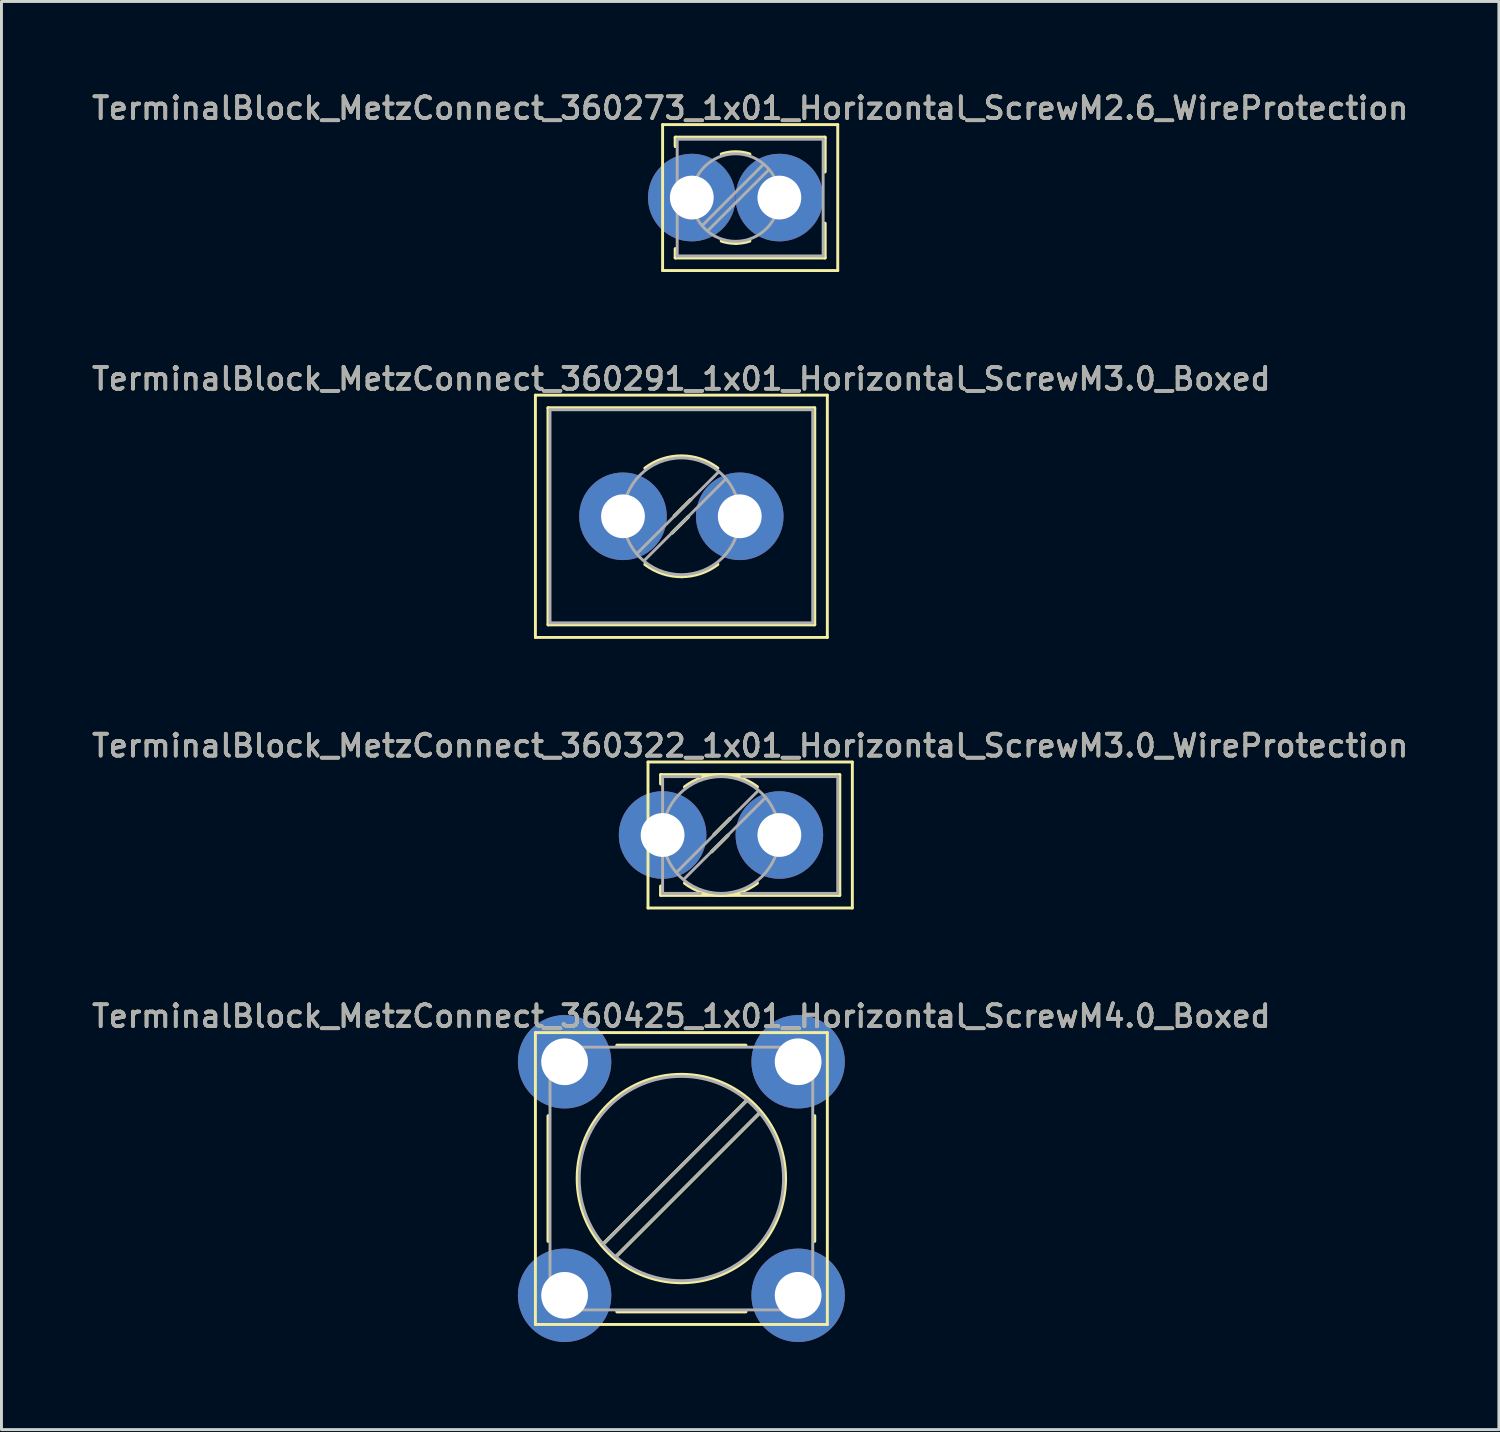
<source format=kicad_pcb>
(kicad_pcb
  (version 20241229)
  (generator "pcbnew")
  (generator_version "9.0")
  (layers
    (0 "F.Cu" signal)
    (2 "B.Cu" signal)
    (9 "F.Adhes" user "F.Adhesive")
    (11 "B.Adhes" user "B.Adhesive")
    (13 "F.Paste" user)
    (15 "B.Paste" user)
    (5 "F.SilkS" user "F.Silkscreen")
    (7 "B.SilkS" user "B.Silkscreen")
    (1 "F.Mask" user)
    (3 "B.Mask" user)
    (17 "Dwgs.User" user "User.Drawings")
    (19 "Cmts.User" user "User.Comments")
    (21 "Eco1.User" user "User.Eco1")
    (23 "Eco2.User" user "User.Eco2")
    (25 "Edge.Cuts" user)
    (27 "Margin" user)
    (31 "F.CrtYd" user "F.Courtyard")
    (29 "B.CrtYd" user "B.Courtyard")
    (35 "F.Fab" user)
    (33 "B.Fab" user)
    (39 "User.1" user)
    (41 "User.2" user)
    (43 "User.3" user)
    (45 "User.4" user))
  (footprint "TerminalBlock_MetzConnect_360291_1x01_Horizontal_ScrewM3.0_Boxed"
    (layer "F.Cu")
    (at 18.291 14.636)
    (property "Reference" "TerminalBlock_MetzConnect_360291_1x01_Horizontal_ScrewM3.0_Boxed" (at 2 -4.71 0) (layer "F.SilkS") (effects (font (size 0.75 0.75) (thickness 0.125))))
    (attr through_hole)
    (fp_line (start -3 -4.15) (end -3 4.15) (stroke (width 0.1) (type solid)) (layer "F.SilkS"))
    (fp_line (start -3 4.15) (end 7 4.15) (stroke (width 0.1) (type solid)) (layer "F.SilkS"))
    (fp_line (start -2.56 -3.71) (end -2.56 3.71) (stroke (width 0.12) (type solid)) (layer "F.SilkS"))
    (fp_line (start -2.56 -3.71) (end 6.56 -3.71) (stroke (width 0.12) (type solid)) (layer "F.SilkS"))
    (fp_line (start -2.56 3.71) (end 6.56 3.71) (stroke (width 0.12) (type solid)) (layer "F.SilkS"))
    (fp_line (start 1.68 0.571) (end 1.68 0.571) (stroke (width 0.12) (type solid)) (layer "F.SilkS"))
    (fp_line (start 2.241 0.011) (end 1.708 0.543) (stroke (width 0.12) (type solid)) (layer "F.SilkS"))
    (fp_line (start 2.291 -0.543) (end 1.759 -0.011) (stroke (width 0.12) (type solid)) (layer "F.SilkS"))
    (fp_line (start 2.32 -0.572) (end 2.32 -0.572) (stroke (width 0.12) (type solid)) (layer "F.SilkS"))
    (fp_line (start 6.56 -3.71) (end 6.56 3.71) (stroke (width 0.12) (type solid)) (layer "F.SilkS"))
    (fp_line (start 7 -4.15) (end -3 -4.15) (stroke (width 0.1) (type solid)) (layer "F.SilkS"))
    (fp_line (start 7 4.15) (end 7 -4.15) (stroke (width 0.1) (type solid)) (layer "F.SilkS"))
    (fp_arc (start 0.759554 -1.645664) (mid 1.999721 -2.060805) (end 3.24 -1.646) (stroke (width 0.12) (type solid)) (layer "F.SilkS"))
    (fp_arc (start 2.034842 2.060314) (mid 1.362171 1.959409) (end 0.759 1.645) (stroke (width 0.12) (type solid)) (layer "F.SilkS"))
    (fp_arc (start 3.239739 1.645189) (mid 2.653648 1.953547) (end 2 2.06) (stroke (width 0.12) (type solid)) (layer "F.SilkS"))
    (fp_line (start -2.5 -3.65) (end -2.5 3.65) (stroke (width 0.1) (type solid)) (layer "F.Fab"))
    (fp_line (start -2.5 -3.65) (end 6.5 -3.65) (stroke (width 0.1) (type solid)) (layer "F.Fab"))
    (fp_line (start -2.5 3.65) (end 6.5 3.65) (stroke (width 0.1) (type solid)) (layer "F.Fab"))
    (fp_line (start 3.273 -1.517) (end 0.483 1.273) (stroke (width 0.1) (type solid)) (layer "F.Fab"))
    (fp_line (start 3.517 -1.273) (end 0.727 1.517) (stroke (width 0.1) (type solid)) (layer "F.Fab"))
    (fp_line (start 6.5 -3.65) (end 6.5 3.65) (stroke (width 0.1) (type solid)) (layer "F.Fab"))
    (fp_circle (center 2 0) (end 4 0) (stroke (width 0.1) (type solid)) (fill no) (layer "F.Fab"))
    (fp_text user "${REFERENCE}" (at 2 -4.71 0) (layer "F.Fab") (effects (font (size 0.75 0.75) (thickness 0.125))))
    (pad "1" thru_hole circle (at 0 0) (size 3 3) (drill 1.5) (layers "*.Cu" "*.Mask"))
    (pad "1" thru_hole circle (at 4 0) (size 3 3) (drill 1.5) (layers "*.Cu" "*.Mask")))
  (footprint "TerminalBlock_MetzConnect_360322_1x01_Horizontal_ScrewM3.0_WireProtection"
    (layer "F.Cu")
    (at 19.648 25.554)
    (property "Reference" "TerminalBlock_MetzConnect_360322_1x01_Horizontal_ScrewM3.0_WireProtection" (at 3 -3.06 0) (layer "F.SilkS") (effects (font (size 0.75 0.75) (thickness 0.125))))
    (attr through_hole)
    (fp_line (start -0.5 -2.5) (end -0.5 2.5) (stroke (width 0.1) (type solid)) (layer "F.SilkS"))
    (fp_line (start -0.5 2.5) (end 6.5 2.5) (stroke (width 0.1) (type solid)) (layer "F.SilkS"))
    (fp_line (start -0.06 -2.06) (end -0.06 -1.755) (stroke (width 0.12) (type solid)) (layer "F.SilkS"))
    (fp_line (start -0.06 -2.06) (end 6.061 -2.06) (stroke (width 0.12) (type solid)) (layer "F.SilkS"))
    (fp_line (start -0.06 1.755) (end -0.06 2.06) (stroke (width 0.12) (type solid)) (layer "F.SilkS"))
    (fp_line (start -0.06 2.06) (end 6.061 2.06) (stroke (width 0.12) (type solid)) (layer "F.SilkS"))
    (fp_line (start 1.68 0.571) (end 1.68 0.571) (stroke (width 0.12) (type solid)) (layer "F.SilkS"))
    (fp_line (start 2.241 0.011) (end 1.708 0.543) (stroke (width 0.12) (type solid)) (layer "F.SilkS"))
    (fp_line (start 2.291 -0.543) (end 1.759 -0.011) (stroke (width 0.12) (type solid)) (layer "F.SilkS"))
    (fp_line (start 2.32 -0.572) (end 2.32 -0.572) (stroke (width 0.12) (type solid)) (layer "F.SilkS"))
    (fp_line (start 6.061 -2.06) (end 6.061 2.06) (stroke (width 0.12) (type solid)) (layer "F.SilkS"))
    (fp_line (start 6.5 -2.5) (end -0.5 -2.5) (stroke (width 0.1) (type solid)) (layer "F.SilkS"))
    (fp_line (start 6.5 2.5) (end 6.5 -2.5) (stroke (width 0.1) (type solid)) (layer "F.SilkS"))
    (fp_arc (start 0.759554 -1.645664) (mid 1.999721 -2.060805) (end 3.24 -1.646) (stroke (width 0.12) (type solid)) (layer "F.SilkS"))
    (fp_arc (start 2.034842 2.060314) (mid 1.362171 1.959409) (end 0.759 1.645) (stroke (width 0.12) (type solid)) (layer "F.SilkS"))
    (fp_arc (start 3.239739 1.645189) (mid 2.653648 1.953547) (end 2 2.06) (stroke (width 0.12) (type solid)) (layer "F.SilkS"))
    (fp_line (start 0 -2) (end 0 -0.265) (stroke (width 0.1) (type solid)) (layer "F.Fab"))
    (fp_line (start 0 -2) (end 1.289 -2) (stroke (width 0.1) (type solid)) (layer "F.Fab"))
    (fp_line (start 0 0.265) (end 0 2) (stroke (width 0.1) (type solid)) (layer "F.Fab"))
    (fp_line (start 0 2) (end 1.289 2) (stroke (width 0.1) (type solid)) (layer "F.Fab"))
    (fp_line (start 2.711 -2) (end 6 -2) (stroke (width 0.1) (type solid)) (layer "F.Fab"))
    (fp_line (start 2.711 2) (end 6 2) (stroke (width 0.1) (type solid)) (layer "F.Fab"))
    (fp_line (start 3.273 -1.517) (end 0.483 1.273) (stroke (width 0.1) (type solid)) (layer "F.Fab"))
    (fp_line (start 3.517 -1.273) (end 0.727 1.517) (stroke (width 0.1) (type solid)) (layer "F.Fab"))
    (fp_line (start 6 -2) (end 6 2) (stroke (width 0.1) (type solid)) (layer "F.Fab"))
    (fp_circle (center 2 0) (end 4 0) (stroke (width 0.1) (type solid)) (fill no) (layer "F.Fab"))
    (fp_text user "${REFERENCE}" (at 3 -3.06 0) (layer "F.Fab") (effects (font (size 0.75 0.75) (thickness 0.125))))
    (pad "1" thru_hole circle (at 0 0) (size 3 3) (drill 1.5) (layers "*.Cu" "*.Mask"))
    (pad "1" thru_hole circle (at 4 0) (size 3 3) (drill 1.5) (layers "*.Cu" "*.Mask")))
  (footprint "TerminalBlock_MetzConnect_360273_1x01_Horizontal_ScrewM2.6_WireProtection"
    (layer "F.Cu")
    (at 20.648 3.718)
    (property "Reference" "TerminalBlock_MetzConnect_360273_1x01_Horizontal_ScrewM2.6_WireProtection" (at 2 -3.06 0) (layer "F.SilkS") (effects (font (size 0.75 0.75) (thickness 0.125))))
    (attr through_hole)
    (fp_line (start -1 -2.5) (end -1 2.5) (stroke (width 0.1) (type solid)) (layer "F.SilkS"))
    (fp_line (start -1 2.5) (end 5 2.5) (stroke (width 0.1) (type solid)) (layer "F.SilkS"))
    (fp_line (start -0.56 -2.06) (end -0.56 -1.755) (stroke (width 0.12) (type solid)) (layer "F.SilkS"))
    (fp_line (start -0.56 -2.06) (end 4.56 -2.06) (stroke (width 0.12) (type solid)) (layer "F.SilkS"))
    (fp_line (start -0.56 1.755) (end -0.56 2.06) (stroke (width 0.12) (type solid)) (layer "F.SilkS"))
    (fp_line (start -0.56 2.06) (end 4.56 2.06) (stroke (width 0.12) (type solid)) (layer "F.SilkS"))
    (fp_line (start 4.56 -2.06) (end 4.56 -0.885) (stroke (width 0.12) (type solid)) (layer "F.SilkS"))
    (fp_line (start 4.56 0.885) (end 4.56 2.06) (stroke (width 0.12) (type solid)) (layer "F.SilkS"))
    (fp_line (start 5 -2.5) (end -1 -2.5) (stroke (width 0.1) (type solid)) (layer "F.SilkS"))
    (fp_line (start 5 2.5) (end 5 -2.5) (stroke (width 0.1) (type solid)) (layer "F.SilkS"))
    (fp_arc (start 1.018482 -1.484481) (mid 1.500779 -1.560623) (end 1.983 -1.484) (stroke (width 0.12) (type solid)) (layer "F.SilkS"))
    (fp_arc (start 1.526458 1.560399) (mid 1.268555 1.543366) (end 1.017 1.484) (stroke (width 0.12) (type solid)) (layer "F.SilkS"))
    (fp_arc (start 1.982067 1.483648) (mid 1.744038 1.540794) (end 1.5 1.56) (stroke (width 0.12) (type solid)) (layer "F.SilkS"))
    (fp_line (start -0.5 -2) (end -0.5 2) (stroke (width 0.1) (type solid)) (layer "F.Fab"))
    (fp_line (start -0.5 -2) (end 4.5 -2) (stroke (width 0.1) (type solid)) (layer "F.Fab"))
    (fp_line (start -0.5 2) (end 4.5 2) (stroke (width 0.1) (type solid)) (layer "F.Fab"))
    (fp_line (start 2.455 -1.138) (end 0.362 0.955) (stroke (width 0.1) (type solid)) (layer "F.Fab"))
    (fp_line (start 2.638 -0.955) (end 0.545 1.138) (stroke (width 0.1) (type solid)) (layer "F.Fab"))
    (fp_line (start 4.5 -2) (end 4.5 2) (stroke (width 0.1) (type solid)) (layer "F.Fab"))
    (fp_circle (center 1.5 0) (end 3 0) (stroke (width 0.1) (type solid)) (fill no) (layer "F.Fab"))
    (fp_text user "${REFERENCE}" (at 2 -3.06 0) (layer "F.Fab") (effects (font (size 0.75 0.75) (thickness 0.125))))
    (pad "1" thru_hole circle (at 0 0) (size 3 3) (drill 1.5) (layers "*.Cu" "*.Mask"))
    (pad "1" thru_hole circle (at 3 0) (size 3 3) (drill 1.5) (layers "*.Cu" "*.Mask")))
  (footprint "TerminalBlock_MetzConnect_360425_1x01_Horizontal_ScrewM4.0_Boxed"
    (layer "F.Cu")
    (at 16.291 33.322)
    (property "Reference" "TerminalBlock_MetzConnect_360425_1x01_Horizontal_ScrewM4.0_Boxed" (at 4 -1.56 0) (layer "F.SilkS") (effects (font (size 0.75 0.75) (thickness 0.125))))
    (attr through_hole)
    (fp_line (start -1 -1) (end -1 9) (stroke (width 0.1) (type solid)) (layer "F.SilkS"))
    (fp_line (start -1 9) (end 9 9) (stroke (width 0.1) (type solid)) (layer "F.SilkS"))
    (fp_line (start -0.56 1.855) (end -0.56 6.145) (stroke (width 0.12) (type solid)) (layer "F.SilkS"))
    (fp_line (start 1.796 -0.56) (end 6.204 -0.56) (stroke (width 0.12) (type solid)) (layer "F.SilkS"))
    (fp_line (start 1.796 8.56) (end 6.204 8.56) (stroke (width 0.12) (type solid)) (layer "F.SilkS"))
    (fp_line (start 6.266 1.3) (end 1.299 6.266) (stroke (width 0.12) (type solid)) (layer "F.SilkS"))
    (fp_line (start 6.7 1.734) (end 1.734 6.7) (stroke (width 0.12) (type solid)) (layer "F.SilkS"))
    (fp_line (start 8.56 1.855) (end 8.56 6.145) (stroke (width 0.12) (type solid)) (layer "F.SilkS"))
    (fp_line (start 9 -1) (end -1 -1) (stroke (width 0.1) (type solid)) (layer "F.SilkS"))
    (fp_line (start 9 9) (end 9 -1) (stroke (width 0.1) (type solid)) (layer "F.SilkS"))
    (fp_circle (center 4 4) (end 7.56 4) (stroke (width 0.12) (type solid)) (fill no) (layer "F.SilkS"))
    (fp_line (start -0.5 -0.5) (end -0.5 8.5) (stroke (width 0.1) (type solid)) (layer "F.Fab"))
    (fp_line (start -0.5 -0.5) (end 8.5 -0.5) (stroke (width 0.1) (type solid)) (layer "F.Fab"))
    (fp_line (start -0.5 8.5) (end 8.5 8.5) (stroke (width 0.1) (type solid)) (layer "F.Fab"))
    (fp_line (start 6.228 1.345) (end 1.345 6.227) (stroke (width 0.1) (type solid)) (layer "F.Fab"))
    (fp_line (start 6.655 1.772) (end 1.772 6.654) (stroke (width 0.1) (type solid)) (layer "F.Fab"))
    (fp_line (start 8.5 -0.5) (end 8.5 8.5) (stroke (width 0.1) (type solid)) (layer "F.Fab"))
    (fp_circle (center 4 4) (end 7.5 4) (stroke (width 0.1) (type solid)) (fill no) (layer "F.Fab"))
    (fp_text user "${REFERENCE}" (at 4 -1.56 0) (layer "F.Fab") (effects (font (size 0.75 0.75) (thickness 0.125))))
    (pad "1" thru_hole circle (at 0 0) (size 3.2 3.2) (drill 1.6) (layers "*.Cu" "*.Mask"))
    (pad "1" thru_hole circle (at 0 8) (size 3.2 3.2) (drill 1.6) (layers "*.Cu" "*.Mask"))
    (pad "1" thru_hole circle (at 8 0) (size 3.2 3.2) (drill 1.6) (layers "*.Cu" "*.Mask"))
    (pad "1" thru_hole circle (at 8 8) (size 3.2 3.2) (drill 1.6) (layers "*.Cu" "*.Mask")))
  (gr_rect
    (start -3 -3)
    (end 48.296 45.922)
    (stroke (width 0.1) (type default))
    (fill no)
    (layer "Edge.Cuts")))
</source>
